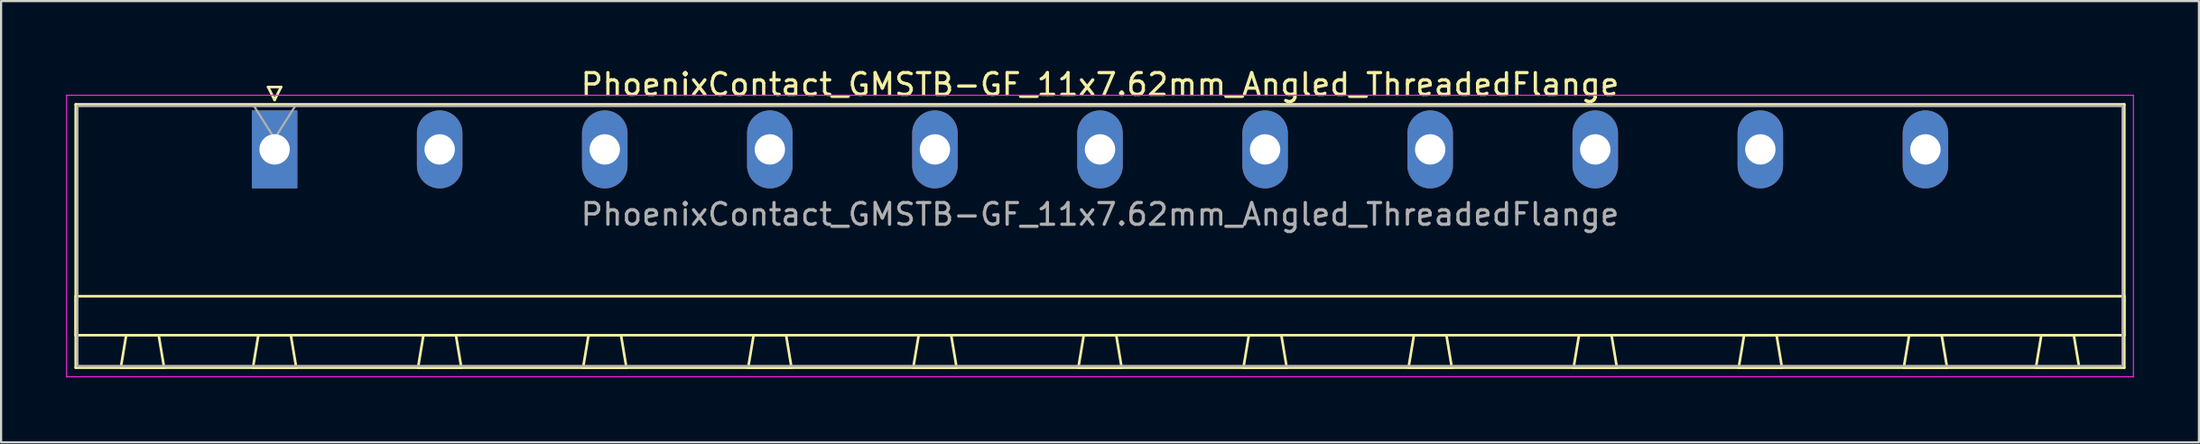
<source format=kicad_pcb>
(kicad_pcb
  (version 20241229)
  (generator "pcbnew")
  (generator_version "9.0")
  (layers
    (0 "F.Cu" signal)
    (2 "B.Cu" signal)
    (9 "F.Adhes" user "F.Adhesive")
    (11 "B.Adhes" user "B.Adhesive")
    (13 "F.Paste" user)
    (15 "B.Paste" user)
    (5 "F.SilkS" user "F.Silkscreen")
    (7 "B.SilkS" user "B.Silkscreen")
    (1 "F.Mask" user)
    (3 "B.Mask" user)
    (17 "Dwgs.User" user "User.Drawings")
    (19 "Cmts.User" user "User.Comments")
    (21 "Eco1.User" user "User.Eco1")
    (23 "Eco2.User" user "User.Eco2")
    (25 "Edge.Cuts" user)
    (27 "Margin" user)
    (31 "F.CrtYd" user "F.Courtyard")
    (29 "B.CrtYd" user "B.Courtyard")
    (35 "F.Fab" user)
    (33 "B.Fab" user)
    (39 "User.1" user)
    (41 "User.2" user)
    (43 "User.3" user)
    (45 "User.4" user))
  (footprint "PhoenixContact_GMSTB-GF_11x7.62mm_Angled_ThreadedFlange"
    (layer "F.Cu")
    (at 9.625 3.848)
    (property "Reference" "PhoenixContact_GMSTB-GF_11x7.62mm_Angled_ThreadedFlange" (at 38.1 -3 0) (layer "F.SilkS") (effects (font (size 1 1) (thickness 0.15))))
    (attr through_hole)
    (fp_line (start -9.18 -2.08) (end -9.18 10.08) (stroke (width 0.12) (type solid)) (layer "F.SilkS"))
    (fp_line (start -9.18 6.78) (end 85.38 6.78) (stroke (width 0.12) (type solid)) (layer "F.SilkS"))
    (fp_line (start -9.18 8.58) (end -9.18 6.78) (stroke (width 0.12) (type solid)) (layer "F.SilkS"))
    (fp_line (start -9.18 10.08) (end 85.38 10.08) (stroke (width 0.12) (type solid)) (layer "F.SilkS"))
    (fp_line (start -7.1 10.08) (end -5.1 10.08) (stroke (width 0.12) (type solid)) (layer "F.SilkS"))
    (fp_line (start -6.85 8.58) (end -7.1 10.08) (stroke (width 0.12) (type solid)) (layer "F.SilkS"))
    (fp_line (start -5.35 8.58) (end -6.85 8.58) (stroke (width 0.12) (type solid)) (layer "F.SilkS"))
    (fp_line (start -5.1 10.08) (end -5.35 8.58) (stroke (width 0.12) (type solid)) (layer "F.SilkS"))
    (fp_line (start -1 10.08) (end 1 10.08) (stroke (width 0.12) (type solid)) (layer "F.SilkS"))
    (fp_line (start -0.75 8.58) (end -1 10.08) (stroke (width 0.12) (type solid)) (layer "F.SilkS"))
    (fp_line (start -0.3 -2.88) (end 0.3 -2.88) (stroke (width 0.12) (type solid)) (layer "F.SilkS"))
    (fp_line (start 0 -2.28) (end -0.3 -2.88) (stroke (width 0.12) (type solid)) (layer "F.SilkS"))
    (fp_line (start 0.3 -2.88) (end 0 -2.28) (stroke (width 0.12) (type solid)) (layer "F.SilkS"))
    (fp_line (start 0.75 8.58) (end -0.75 8.58) (stroke (width 0.12) (type solid)) (layer "F.SilkS"))
    (fp_line (start 1 10.08) (end 0.75 8.58) (stroke (width 0.12) (type solid)) (layer "F.SilkS"))
    (fp_line (start 6.62 10.08) (end 8.62 10.08) (stroke (width 0.12) (type solid)) (layer "F.SilkS"))
    (fp_line (start 6.87 8.58) (end 6.62 10.08) (stroke (width 0.12) (type solid)) (layer "F.SilkS"))
    (fp_line (start 8.37 8.58) (end 6.87 8.58) (stroke (width 0.12) (type solid)) (layer "F.SilkS"))
    (fp_line (start 8.62 10.08) (end 8.37 8.58) (stroke (width 0.12) (type solid)) (layer "F.SilkS"))
    (fp_line (start 14.24 10.08) (end 16.24 10.08) (stroke (width 0.12) (type solid)) (layer "F.SilkS"))
    (fp_line (start 14.49 8.58) (end 14.24 10.08) (stroke (width 0.12) (type solid)) (layer "F.SilkS"))
    (fp_line (start 15.99 8.58) (end 14.49 8.58) (stroke (width 0.12) (type solid)) (layer "F.SilkS"))
    (fp_line (start 16.24 10.08) (end 15.99 8.58) (stroke (width 0.12) (type solid)) (layer "F.SilkS"))
    (fp_line (start 21.86 10.08) (end 23.86 10.08) (stroke (width 0.12) (type solid)) (layer "F.SilkS"))
    (fp_line (start 22.11 8.58) (end 21.86 10.08) (stroke (width 0.12) (type solid)) (layer "F.SilkS"))
    (fp_line (start 23.61 8.58) (end 22.11 8.58) (stroke (width 0.12) (type solid)) (layer "F.SilkS"))
    (fp_line (start 23.86 10.08) (end 23.61 8.58) (stroke (width 0.12) (type solid)) (layer "F.SilkS"))
    (fp_line (start 29.48 10.08) (end 31.48 10.08) (stroke (width 0.12) (type solid)) (layer "F.SilkS"))
    (fp_line (start 29.73 8.58) (end 29.48 10.08) (stroke (width 0.12) (type solid)) (layer "F.SilkS"))
    (fp_line (start 31.23 8.58) (end 29.73 8.58) (stroke (width 0.12) (type solid)) (layer "F.SilkS"))
    (fp_line (start 31.48 10.08) (end 31.23 8.58) (stroke (width 0.12) (type solid)) (layer "F.SilkS"))
    (fp_line (start 37.1 10.08) (end 39.1 10.08) (stroke (width 0.12) (type solid)) (layer "F.SilkS"))
    (fp_line (start 37.35 8.58) (end 37.1 10.08) (stroke (width 0.12) (type solid)) (layer "F.SilkS"))
    (fp_line (start 38.85 8.58) (end 37.35 8.58) (stroke (width 0.12) (type solid)) (layer "F.SilkS"))
    (fp_line (start 39.1 10.08) (end 38.85 8.58) (stroke (width 0.12) (type solid)) (layer "F.SilkS"))
    (fp_line (start 44.72 10.08) (end 46.72 10.08) (stroke (width 0.12) (type solid)) (layer "F.SilkS"))
    (fp_line (start 44.97 8.58) (end 44.72 10.08) (stroke (width 0.12) (type solid)) (layer "F.SilkS"))
    (fp_line (start 46.47 8.58) (end 44.97 8.58) (stroke (width 0.12) (type solid)) (layer "F.SilkS"))
    (fp_line (start 46.72 10.08) (end 46.47 8.58) (stroke (width 0.12) (type solid)) (layer "F.SilkS"))
    (fp_line (start 52.34 10.08) (end 54.34 10.08) (stroke (width 0.12) (type solid)) (layer "F.SilkS"))
    (fp_line (start 52.59 8.58) (end 52.34 10.08) (stroke (width 0.12) (type solid)) (layer "F.SilkS"))
    (fp_line (start 54.09 8.58) (end 52.59 8.58) (stroke (width 0.12) (type solid)) (layer "F.SilkS"))
    (fp_line (start 54.34 10.08) (end 54.09 8.58) (stroke (width 0.12) (type solid)) (layer "F.SilkS"))
    (fp_line (start 59.96 10.08) (end 61.96 10.08) (stroke (width 0.12) (type solid)) (layer "F.SilkS"))
    (fp_line (start 60.21 8.58) (end 59.96 10.08) (stroke (width 0.12) (type solid)) (layer "F.SilkS"))
    (fp_line (start 61.71 8.58) (end 60.21 8.58) (stroke (width 0.12) (type solid)) (layer "F.SilkS"))
    (fp_line (start 61.96 10.08) (end 61.71 8.58) (stroke (width 0.12) (type solid)) (layer "F.SilkS"))
    (fp_line (start 67.58 10.08) (end 69.58 10.08) (stroke (width 0.12) (type solid)) (layer "F.SilkS"))
    (fp_line (start 67.83 8.58) (end 67.58 10.08) (stroke (width 0.12) (type solid)) (layer "F.SilkS"))
    (fp_line (start 69.33 8.58) (end 67.83 8.58) (stroke (width 0.12) (type solid)) (layer "F.SilkS"))
    (fp_line (start 69.58 10.08) (end 69.33 8.58) (stroke (width 0.12) (type solid)) (layer "F.SilkS"))
    (fp_line (start 75.2 10.08) (end 77.2 10.08) (stroke (width 0.12) (type solid)) (layer "F.SilkS"))
    (fp_line (start 75.45 8.58) (end 75.2 10.08) (stroke (width 0.12) (type solid)) (layer "F.SilkS"))
    (fp_line (start 76.95 8.58) (end 75.45 8.58) (stroke (width 0.12) (type solid)) (layer "F.SilkS"))
    (fp_line (start 77.2 10.08) (end 76.95 8.58) (stroke (width 0.12) (type solid)) (layer "F.SilkS"))
    (fp_line (start 81.3 10.08) (end 83.3 10.08) (stroke (width 0.12) (type solid)) (layer "F.SilkS"))
    (fp_line (start 81.55 8.58) (end 81.3 10.08) (stroke (width 0.12) (type solid)) (layer "F.SilkS"))
    (fp_line (start 83.05 8.58) (end 81.55 8.58) (stroke (width 0.12) (type solid)) (layer "F.SilkS"))
    (fp_line (start 83.3 10.08) (end 83.05 8.58) (stroke (width 0.12) (type solid)) (layer "F.SilkS"))
    (fp_line (start 85.38 -2.08) (end -9.18 -2.08) (stroke (width 0.12) (type solid)) (layer "F.SilkS"))
    (fp_line (start 85.38 6.78) (end 85.38 8.58) (stroke (width 0.12) (type solid)) (layer "F.SilkS"))
    (fp_line (start 85.38 8.58) (end -9.18 8.58) (stroke (width 0.12) (type solid)) (layer "F.SilkS"))
    (fp_line (start 85.38 10.08) (end 85.38 -2.08) (stroke (width 0.12) (type solid)) (layer "F.SilkS"))
    (fp_line (start -9.6 -2.5) (end -9.6 10.5) (stroke (width 0.05) (type solid)) (layer "F.CrtYd"))
    (fp_line (start -9.6 10.5) (end 85.8 10.5) (stroke (width 0.05) (type solid)) (layer "F.CrtYd"))
    (fp_line (start 85.8 -2.5) (end -9.6 -2.5) (stroke (width 0.05) (type solid)) (layer "F.CrtYd"))
    (fp_line (start 85.8 10.5) (end 85.8 -2.5) (stroke (width 0.05) (type solid)) (layer "F.CrtYd"))
    (fp_line (start -9.1 -2) (end -9.1 10) (stroke (width 0.1) (type solid)) (layer "F.Fab"))
    (fp_line (start -9.1 10) (end 85.3 10) (stroke (width 0.1) (type solid)) (layer "F.Fab"))
    (fp_line (start 0 -0.5) (end -0.95 -2) (stroke (width 0.1) (type solid)) (layer "F.Fab"))
    (fp_line (start 0.95 -2) (end 0 -0.5) (stroke (width 0.1) (type solid)) (layer "F.Fab"))
    (fp_line (start 85.3 -2) (end -9.1 -2) (stroke (width 0.1) (type solid)) (layer "F.Fab"))
    (fp_line (start 85.3 10) (end 85.3 -2) (stroke (width 0.1) (type solid)) (layer "F.Fab"))
    (fp_text user "${REFERENCE}" (at 38.1 3 0) (layer "F.Fab") (effects (font (size 1 1) (thickness 0.15))))
    (pad "1" thru_hole rect (at 0 0) (size 2.1 3.6) (drill 1.4) (layers "*.Cu" "*.Mask"))
    (pad "2" thru_hole oval (at 7.62 0) (size 2.1 3.6) (drill 1.4) (layers "*.Cu" "*.Mask"))
    (pad "3" thru_hole oval (at 15.24 0) (size 2.1 3.6) (drill 1.4) (layers "*.Cu" "*.Mask"))
    (pad "4" thru_hole oval (at 22.86 0) (size 2.1 3.6) (drill 1.4) (layers "*.Cu" "*.Mask"))
    (pad "5" thru_hole oval (at 30.48 0) (size 2.1 3.6) (drill 1.4) (layers "*.Cu" "*.Mask"))
    (pad "6" thru_hole oval (at 38.1 0) (size 2.1 3.6) (drill 1.4) (layers "*.Cu" "*.Mask"))
    (pad "7" thru_hole oval (at 45.72 0) (size 2.1 3.6) (drill 1.4) (layers "*.Cu" "*.Mask"))
    (pad "8" thru_hole oval (at 53.34 0) (size 2.1 3.6) (drill 1.4) (layers "*.Cu" "*.Mask"))
    (pad "9" thru_hole oval (at 60.96 0) (size 2.1 3.6) (drill 1.4) (layers "*.Cu" "*.Mask"))
    (pad "10" thru_hole oval (at 68.58 0) (size 2.1 3.6) (drill 1.4) (layers "*.Cu" "*.Mask"))
    (pad "11" thru_hole oval (at 76.2 0) (size 2.1 3.6) (drill 1.4) (layers "*.Cu" "*.Mask")))
  (gr_rect
    (start -3 -3)
    (end 98.45 17.373)
    (stroke (width 0.1) (type default))
    (fill no)
    (layer "Edge.Cuts")))
</source>
